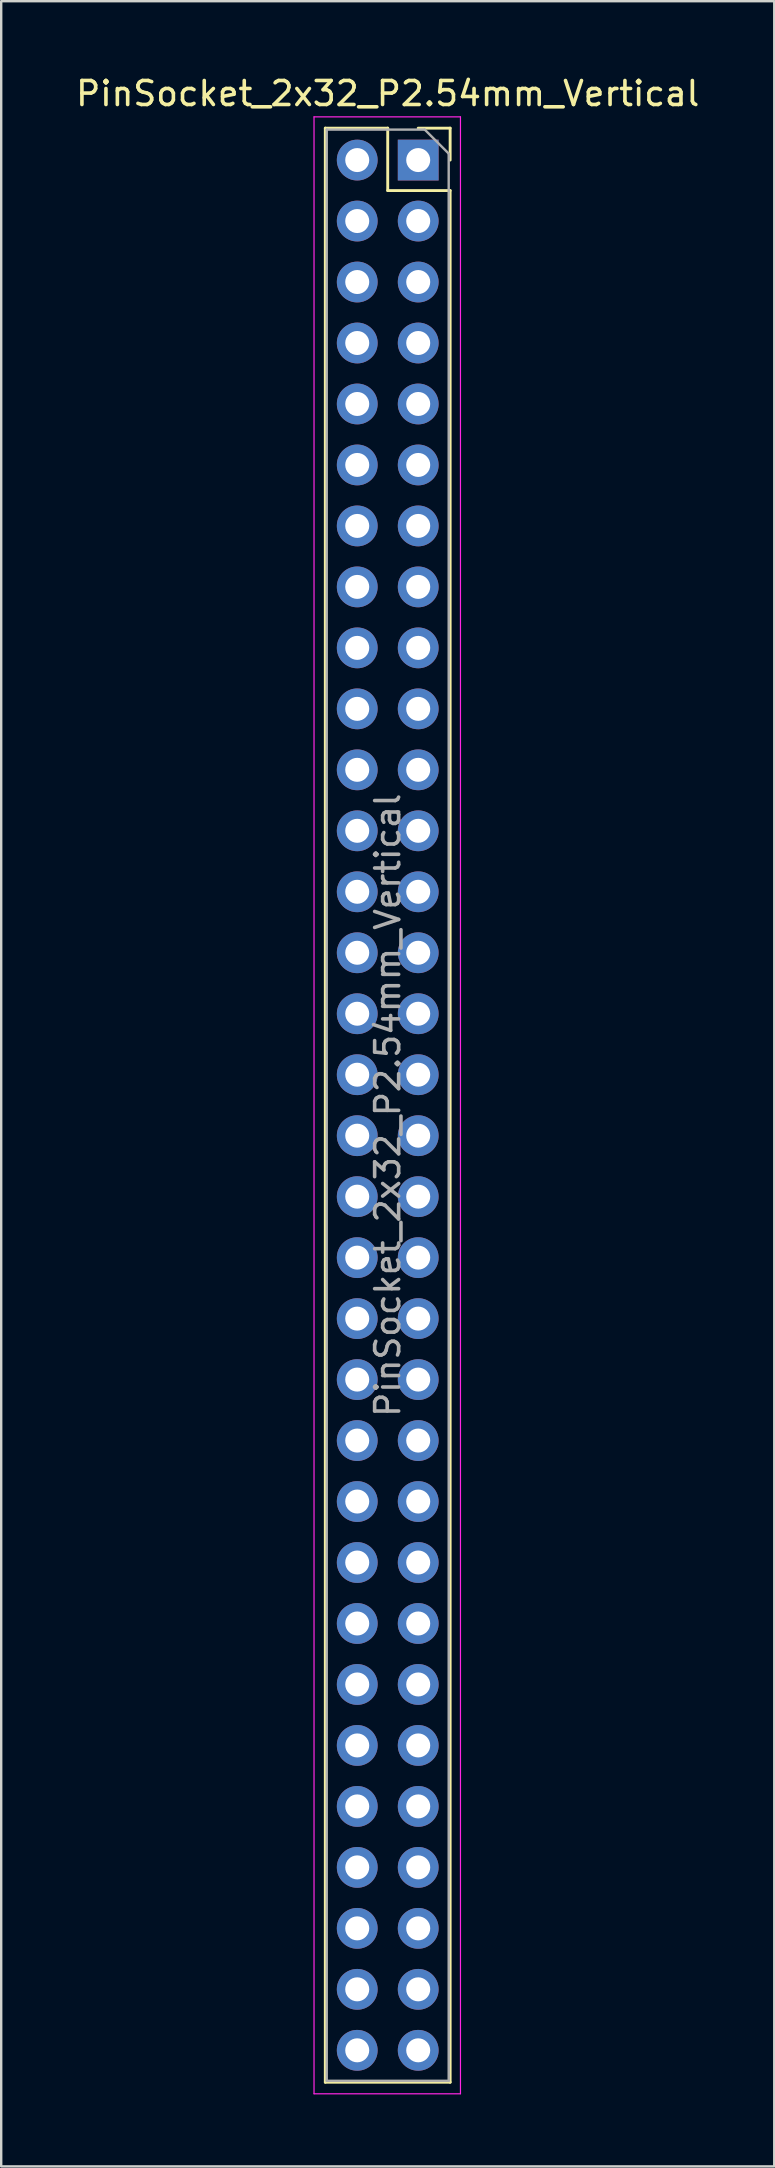
<source format=kicad_pcb>
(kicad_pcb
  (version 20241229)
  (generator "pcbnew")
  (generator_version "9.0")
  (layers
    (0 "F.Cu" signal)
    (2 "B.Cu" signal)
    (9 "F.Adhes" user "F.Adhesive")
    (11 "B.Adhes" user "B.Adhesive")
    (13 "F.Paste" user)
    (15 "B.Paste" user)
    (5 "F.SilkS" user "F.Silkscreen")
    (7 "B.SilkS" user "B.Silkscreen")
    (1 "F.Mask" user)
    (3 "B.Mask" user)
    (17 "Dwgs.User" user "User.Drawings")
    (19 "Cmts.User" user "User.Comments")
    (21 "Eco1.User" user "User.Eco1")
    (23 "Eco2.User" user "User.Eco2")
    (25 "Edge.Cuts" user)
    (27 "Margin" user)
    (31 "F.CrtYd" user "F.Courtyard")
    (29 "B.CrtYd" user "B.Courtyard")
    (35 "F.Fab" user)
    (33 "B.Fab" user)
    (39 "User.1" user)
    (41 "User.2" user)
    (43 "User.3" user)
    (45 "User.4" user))
  (footprint "PinSocket_2x32_P2.54mm_Vertical"
    (layer "F.Cu")
    (at 14.371 3.618)
    (property "Reference" "PinSocket_2x32_P2.54mm_Vertical" (at -1.27 -2.77 0) (layer "F.SilkS") (effects (font (size 1 1) (thickness 0.15))))
    (attr through_hole)
    (fp_line (start -3.87 -1.33) (end -3.87 80.07) (stroke (width 0.12) (type solid)) (layer "F.SilkS"))
    (fp_line (start -3.87 -1.33) (end -1.27 -1.33) (stroke (width 0.12) (type solid)) (layer "F.SilkS"))
    (fp_line (start -3.87 80.07) (end 1.33 80.07) (stroke (width 0.12) (type solid)) (layer "F.SilkS"))
    (fp_line (start -1.27 -1.33) (end -1.27 1.27) (stroke (width 0.12) (type solid)) (layer "F.SilkS"))
    (fp_line (start -1.27 1.27) (end 1.33 1.27) (stroke (width 0.12) (type solid)) (layer "F.SilkS"))
    (fp_line (start 0 -1.33) (end 1.33 -1.33) (stroke (width 0.12) (type solid)) (layer "F.SilkS"))
    (fp_line (start 1.33 -1.33) (end 1.33 0) (stroke (width 0.12) (type solid)) (layer "F.SilkS"))
    (fp_line (start 1.33 1.27) (end 1.33 80.07) (stroke (width 0.12) (type solid)) (layer "F.SilkS"))
    (fp_line (start -4.34 -1.8) (end 1.76 -1.8) (stroke (width 0.05) (type solid)) (layer "F.CrtYd"))
    (fp_line (start -4.34 80.55) (end -4.34 -1.8) (stroke (width 0.05) (type solid)) (layer "F.CrtYd"))
    (fp_line (start 1.76 -1.8) (end 1.76 80.55) (stroke (width 0.05) (type solid)) (layer "F.CrtYd"))
    (fp_line (start 1.76 80.55) (end -4.34 80.55) (stroke (width 0.05) (type solid)) (layer "F.CrtYd"))
    (fp_line (start -3.81 -1.27) (end 0.27 -1.27) (stroke (width 0.1) (type solid)) (layer "F.Fab"))
    (fp_line (start -3.81 80.01) (end -3.81 -1.27) (stroke (width 0.1) (type solid)) (layer "F.Fab"))
    (fp_line (start 0.27 -1.27) (end 1.27 -0.27) (stroke (width 0.1) (type solid)) (layer "F.Fab"))
    (fp_line (start 1.27 -0.27) (end 1.27 80.01) (stroke (width 0.1) (type solid)) (layer "F.Fab"))
    (fp_line (start 1.27 80.01) (end -3.81 80.01) (stroke (width 0.1) (type solid)) (layer "F.Fab"))
    (fp_text user "${REFERENCE}" (at -1.27 39.37 90) (layer "F.Fab") (effects (font (size 1 1) (thickness 0.15))))
    (pad "1" thru_hole rect (at 0 0) (size 1.7 1.7) (drill 1) (layers "*.Cu" "*.Mask"))
    (pad "2" thru_hole oval (at -2.54 0) (size 1.7 1.7) (drill 1) (layers "*.Cu" "*.Mask"))
    (pad "3" thru_hole oval (at 0 2.54) (size 1.7 1.7) (drill 1) (layers "*.Cu" "*.Mask"))
    (pad "4" thru_hole oval (at -2.54 2.54) (size 1.7 1.7) (drill 1) (layers "*.Cu" "*.Mask"))
    (pad "5" thru_hole oval (at 0 5.08) (size 1.7 1.7) (drill 1) (layers "*.Cu" "*.Mask"))
    (pad "6" thru_hole oval (at -2.54 5.08) (size 1.7 1.7) (drill 1) (layers "*.Cu" "*.Mask"))
    (pad "7" thru_hole oval (at 0 7.62) (size 1.7 1.7) (drill 1) (layers "*.Cu" "*.Mask"))
    (pad "8" thru_hole oval (at -2.54 7.62) (size 1.7 1.7) (drill 1) (layers "*.Cu" "*.Mask"))
    (pad "9" thru_hole oval (at 0 10.16) (size 1.7 1.7) (drill 1) (layers "*.Cu" "*.Mask"))
    (pad "10" thru_hole oval (at -2.54 10.16) (size 1.7 1.7) (drill 1) (layers "*.Cu" "*.Mask"))
    (pad "11" thru_hole oval (at 0 12.7) (size 1.7 1.7) (drill 1) (layers "*.Cu" "*.Mask"))
    (pad "12" thru_hole oval (at -2.54 12.7) (size 1.7 1.7) (drill 1) (layers "*.Cu" "*.Mask"))
    (pad "13" thru_hole oval (at 0 15.24) (size 1.7 1.7) (drill 1) (layers "*.Cu" "*.Mask"))
    (pad "14" thru_hole oval (at -2.54 15.24) (size 1.7 1.7) (drill 1) (layers "*.Cu" "*.Mask"))
    (pad "15" thru_hole oval (at 0 17.78) (size 1.7 1.7) (drill 1) (layers "*.Cu" "*.Mask"))
    (pad "16" thru_hole oval (at -2.54 17.78) (size 1.7 1.7) (drill 1) (layers "*.Cu" "*.Mask"))
    (pad "17" thru_hole oval (at 0 20.32) (size 1.7 1.7) (drill 1) (layers "*.Cu" "*.Mask"))
    (pad "18" thru_hole oval (at -2.54 20.32) (size 1.7 1.7) (drill 1) (layers "*.Cu" "*.Mask"))
    (pad "19" thru_hole oval (at 0 22.86) (size 1.7 1.7) (drill 1) (layers "*.Cu" "*.Mask"))
    (pad "20" thru_hole oval (at -2.54 22.86) (size 1.7 1.7) (drill 1) (layers "*.Cu" "*.Mask"))
    (pad "21" thru_hole oval (at 0 25.4) (size 1.7 1.7) (drill 1) (layers "*.Cu" "*.Mask"))
    (pad "22" thru_hole oval (at -2.54 25.4) (size 1.7 1.7) (drill 1) (layers "*.Cu" "*.Mask"))
    (pad "23" thru_hole oval (at 0 27.94) (size 1.7 1.7) (drill 1) (layers "*.Cu" "*.Mask"))
    (pad "24" thru_hole oval (at -2.54 27.94) (size 1.7 1.7) (drill 1) (layers "*.Cu" "*.Mask"))
    (pad "25" thru_hole oval (at 0 30.48) (size 1.7 1.7) (drill 1) (layers "*.Cu" "*.Mask"))
    (pad "26" thru_hole oval (at -2.54 30.48) (size 1.7 1.7) (drill 1) (layers "*.Cu" "*.Mask"))
    (pad "27" thru_hole oval (at 0 33.02) (size 1.7 1.7) (drill 1) (layers "*.Cu" "*.Mask"))
    (pad "28" thru_hole oval (at -2.54 33.02) (size 1.7 1.7) (drill 1) (layers "*.Cu" "*.Mask"))
    (pad "29" thru_hole oval (at 0 35.56) (size 1.7 1.7) (drill 1) (layers "*.Cu" "*.Mask"))
    (pad "30" thru_hole oval (at -2.54 35.56) (size 1.7 1.7) (drill 1) (layers "*.Cu" "*.Mask"))
    (pad "31" thru_hole oval (at 0 38.1) (size 1.7 1.7) (drill 1) (layers "*.Cu" "*.Mask"))
    (pad "32" thru_hole oval (at -2.54 38.1) (size 1.7 1.7) (drill 1) (layers "*.Cu" "*.Mask"))
    (pad "33" thru_hole oval (at 0 40.64) (size 1.7 1.7) (drill 1) (layers "*.Cu" "*.Mask"))
    (pad "34" thru_hole oval (at -2.54 40.64) (size 1.7 1.7) (drill 1) (layers "*.Cu" "*.Mask"))
    (pad "35" thru_hole oval (at 0 43.18) (size 1.7 1.7) (drill 1) (layers "*.Cu" "*.Mask"))
    (pad "36" thru_hole oval (at -2.54 43.18) (size 1.7 1.7) (drill 1) (layers "*.Cu" "*.Mask"))
    (pad "37" thru_hole oval (at 0 45.72) (size 1.7 1.7) (drill 1) (layers "*.Cu" "*.Mask"))
    (pad "38" thru_hole oval (at -2.54 45.72) (size 1.7 1.7) (drill 1) (layers "*.Cu" "*.Mask"))
    (pad "39" thru_hole oval (at 0 48.26) (size 1.7 1.7) (drill 1) (layers "*.Cu" "*.Mask"))
    (pad "40" thru_hole oval (at -2.54 48.26) (size 1.7 1.7) (drill 1) (layers "*.Cu" "*.Mask"))
    (pad "41" thru_hole oval (at 0 50.8) (size 1.7 1.7) (drill 1) (layers "*.Cu" "*.Mask"))
    (pad "42" thru_hole oval (at -2.54 50.8) (size 1.7 1.7) (drill 1) (layers "*.Cu" "*.Mask"))
    (pad "43" thru_hole oval (at 0 53.34) (size 1.7 1.7) (drill 1) (layers "*.Cu" "*.Mask"))
    (pad "44" thru_hole oval (at -2.54 53.34) (size 1.7 1.7) (drill 1) (layers "*.Cu" "*.Mask"))
    (pad "45" thru_hole oval (at 0 55.88) (size 1.7 1.7) (drill 1) (layers "*.Cu" "*.Mask"))
    (pad "46" thru_hole oval (at -2.54 55.88) (size 1.7 1.7) (drill 1) (layers "*.Cu" "*.Mask"))
    (pad "47" thru_hole oval (at 0 58.42) (size 1.7 1.7) (drill 1) (layers "*.Cu" "*.Mask"))
    (pad "48" thru_hole oval (at -2.54 58.42) (size 1.7 1.7) (drill 1) (layers "*.Cu" "*.Mask"))
    (pad "49" thru_hole oval (at 0 60.96) (size 1.7 1.7) (drill 1) (layers "*.Cu" "*.Mask"))
    (pad "50" thru_hole oval (at -2.54 60.96) (size 1.7 1.7) (drill 1) (layers "*.Cu" "*.Mask"))
    (pad "51" thru_hole oval (at 0 63.5) (size 1.7 1.7) (drill 1) (layers "*.Cu" "*.Mask"))
    (pad "52" thru_hole oval (at -2.54 63.5) (size 1.7 1.7) (drill 1) (layers "*.Cu" "*.Mask"))
    (pad "53" thru_hole oval (at 0 66.04) (size 1.7 1.7) (drill 1) (layers "*.Cu" "*.Mask"))
    (pad "54" thru_hole oval (at -2.54 66.04) (size 1.7 1.7) (drill 1) (layers "*.Cu" "*.Mask"))
    (pad "55" thru_hole oval (at 0 68.58) (size 1.7 1.7) (drill 1) (layers "*.Cu" "*.Mask"))
    (pad "56" thru_hole oval (at -2.54 68.58) (size 1.7 1.7) (drill 1) (layers "*.Cu" "*.Mask"))
    (pad "57" thru_hole oval (at 0 71.12) (size 1.7 1.7) (drill 1) (layers "*.Cu" "*.Mask"))
    (pad "58" thru_hole oval (at -2.54 71.12) (size 1.7 1.7) (drill 1) (layers "*.Cu" "*.Mask"))
    (pad "59" thru_hole oval (at 0 73.66) (size 1.7 1.7) (drill 1) (layers "*.Cu" "*.Mask"))
    (pad "60" thru_hole oval (at -2.54 73.66) (size 1.7 1.7) (drill 1) (layers "*.Cu" "*.Mask"))
    (pad "61" thru_hole oval (at 0 76.2) (size 1.7 1.7) (drill 1) (layers "*.Cu" "*.Mask"))
    (pad "62" thru_hole oval (at -2.54 76.2) (size 1.7 1.7) (drill 1) (layers "*.Cu" "*.Mask"))
    (pad "63" thru_hole oval (at 0 78.74) (size 1.7 1.7) (drill 1) (layers "*.Cu" "*.Mask"))
    (pad "64" thru_hole oval (at -2.54 78.74) (size 1.7 1.7) (drill 1) (layers "*.Cu" "*.Mask")))
  (gr_rect
    (start -3 -3)
    (end 29.202 87.193)
    (stroke (width 0.1) (type default))
    (fill no)
    (layer "Edge.Cuts")))
</source>
